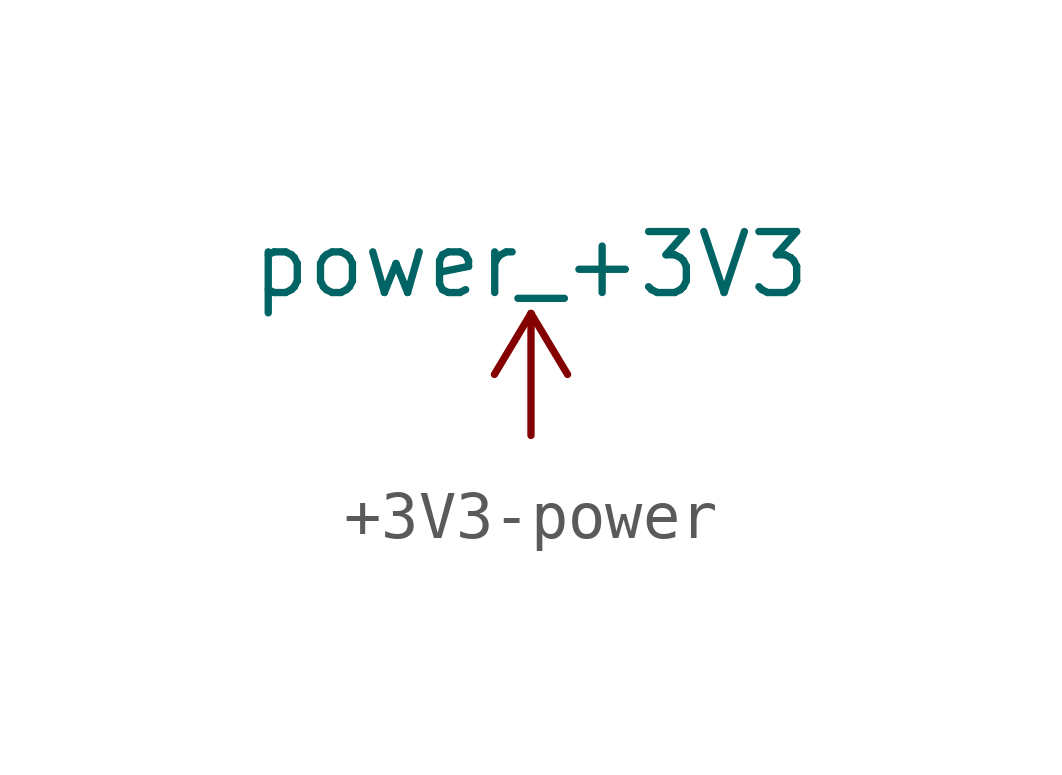
<source format=kicad_sym>
(kicad_symbol_lib
  (version 20231120)
  (generator "kicad_symbol_editor")
  (generator_version "8.0")
  (symbol "+3V3-power"
    (power)
    (pin_names
      (offset 0))
    (property "Reference" "#PWR"
      (at 0 -3.81 0)
      (effects (font (size 1.27 1.27)) (hide yes)))
    (property "Value" "power_+3V3"
      (at 0 3.556 0)
      (effects (font (size 1.27 1.27))))
    (symbol "+3V3-power_0_1"
      (polyline (pts (xy -0.762 1.27) (xy 0 2.54)) (stroke (width 0) (type solid)) (fill (type none)))
      (polyline (pts (xy 0 0) (xy 0 2.54)) (stroke (width 0) (type solid)) (fill (type none)))
      (polyline (pts (xy 0 2.54) (xy 0.762 1.27)) (stroke (width 0) (type solid)) (fill (type none))))
    (symbol "+3V3-power_1_1"
      (pin power_in line (at 0 0 90) (length 0) hide (name "+3V3" (effects (font (size 1.27 1.27)))) (number "1" (effects (font (size 1.27 1.27))))))))
</source>
